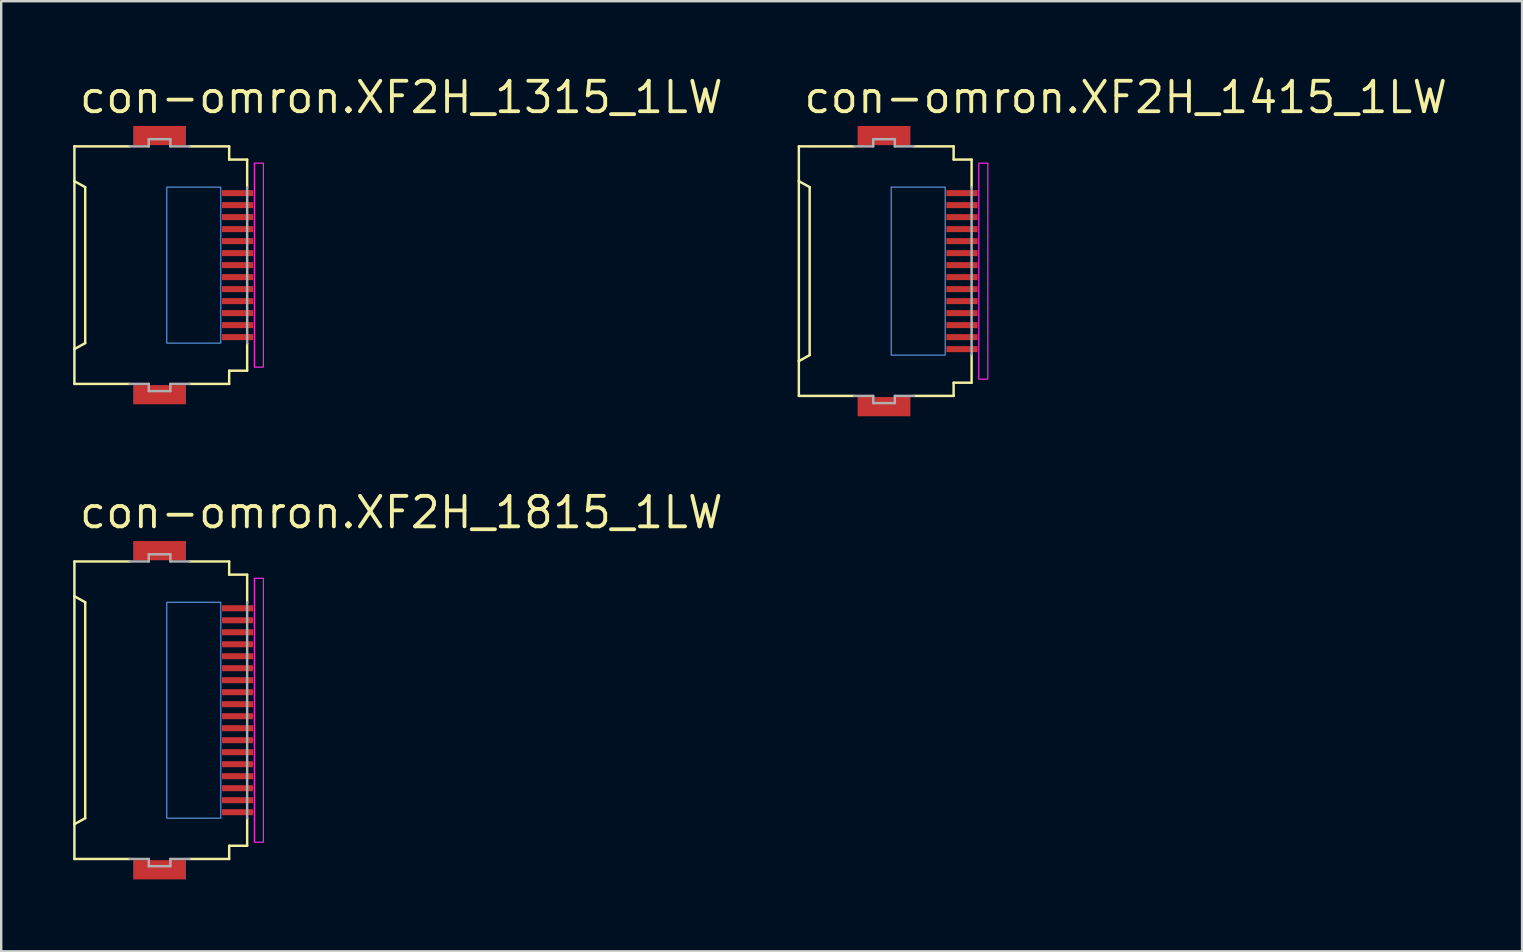
<source format=kicad_pcb>
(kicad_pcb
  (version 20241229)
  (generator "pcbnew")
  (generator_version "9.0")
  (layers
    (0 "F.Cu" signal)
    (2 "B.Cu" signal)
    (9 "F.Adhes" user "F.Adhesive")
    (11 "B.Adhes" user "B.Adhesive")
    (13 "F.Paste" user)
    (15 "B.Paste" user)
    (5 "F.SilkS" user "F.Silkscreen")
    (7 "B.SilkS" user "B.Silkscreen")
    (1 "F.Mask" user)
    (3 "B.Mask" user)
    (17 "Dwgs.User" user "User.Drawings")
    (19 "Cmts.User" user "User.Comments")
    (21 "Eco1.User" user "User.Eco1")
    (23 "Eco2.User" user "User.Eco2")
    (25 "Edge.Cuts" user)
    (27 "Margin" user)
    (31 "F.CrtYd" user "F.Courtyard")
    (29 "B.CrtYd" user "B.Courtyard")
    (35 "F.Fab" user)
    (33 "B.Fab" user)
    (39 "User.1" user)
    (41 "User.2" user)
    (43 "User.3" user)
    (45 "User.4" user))
  (footprint "con-omron.XF2H_1815_1LW"
    (layer "F.Cu")
    (at 3.676 26.55)
    (property "Reference" "con-omron.XF2H_1815_1LW" (at -3.5 -7.5 0) (layer "F.SilkS") (effects (font (size 1.27 1.27) (thickness 0.16)) (justify left bottom)))
    (attr smd)
    (fp_rect (start 2.475 -4.075) (end 3.875 -4.425) (stroke (width 0.05) (type default)) (fill yes) (layer "F.Mask"))
    (fp_rect (start 2.475 -3.575) (end 3.875 -3.925) (stroke (width 0.05) (type default)) (fill yes) (layer "F.Mask"))
    (fp_rect (start 2.475 -3.075) (end 3.875 -3.425) (stroke (width 0.05) (type default)) (fill yes) (layer "F.Mask"))
    (fp_rect (start 2.475 -2.575) (end 3.875 -2.925) (stroke (width 0.05) (type default)) (fill yes) (layer "F.Mask"))
    (fp_rect (start 2.475 -2.075) (end 3.875 -2.425) (stroke (width 0.05) (type default)) (fill yes) (layer "F.Mask"))
    (fp_rect (start 2.475 -1.575) (end 3.875 -1.925) (stroke (width 0.05) (type default)) (fill yes) (layer "F.Mask"))
    (fp_rect (start 2.475 -1.075) (end 3.875 -1.425) (stroke (width 0.05) (type default)) (fill yes) (layer "F.Mask"))
    (fp_rect (start 2.475 -0.575) (end 3.875 -0.925) (stroke (width 0.05) (type default)) (fill yes) (layer "F.Mask"))
    (fp_rect (start 2.475 -0.075) (end 3.875 -0.425) (stroke (width 0.05) (type default)) (fill yes) (layer "F.Mask"))
    (fp_rect (start 2.475 0.425) (end 3.875 0.075) (stroke (width 0.05) (type default)) (fill yes) (layer "F.Mask"))
    (fp_rect (start 2.475 0.925) (end 3.875 0.575) (stroke (width 0.05) (type default)) (fill yes) (layer "F.Mask"))
    (fp_rect (start 2.475 1.425) (end 3.875 1.075) (stroke (width 0.05) (type default)) (fill yes) (layer "F.Mask"))
    (fp_rect (start 2.475 1.925) (end 3.875 1.575) (stroke (width 0.05) (type default)) (fill yes) (layer "F.Mask"))
    (fp_rect (start 2.475 2.425) (end 3.875 2.075) (stroke (width 0.05) (type default)) (fill yes) (layer "F.Mask"))
    (fp_rect (start 2.475 2.925) (end 3.875 2.575) (stroke (width 0.05) (type default)) (fill yes) (layer "F.Mask"))
    (fp_rect (start 2.475 3.425) (end 3.875 3.075) (stroke (width 0.05) (type default)) (fill yes) (layer "F.Mask"))
    (fp_rect (start 2.475 3.925) (end 3.875 3.575) (stroke (width 0.05) (type default)) (fill yes) (layer "F.Mask"))
    (fp_rect (start 2.475 4.425) (end 3.875 4.075) (stroke (width 0.05) (type default)) (fill yes) (layer "F.Mask"))
    (fp_line (start -3.625 -6.2) (end -1.325 -6.2) (stroke (width 0.102) (type default)) (layer "F.SilkS"))
    (fp_line (start -3.625 -4.75) (end -3.625 -6.2) (stroke (width 0.102) (type default)) (layer "F.SilkS"))
    (fp_line (start -3.625 -4.75) (end -3.625 4.75) (stroke (width 0.102) (type default)) (layer "F.SilkS"))
    (fp_line (start -3.625 4.75) (end -3.175 4.5) (stroke (width 0.102) (type default)) (layer "F.SilkS"))
    (fp_line (start -3.625 6.2) (end -3.625 4.75) (stroke (width 0.102) (type default)) (layer "F.SilkS"))
    (fp_line (start -3.175 -4.5) (end -3.625 -4.75) (stroke (width 0.102) (type default)) (layer "F.SilkS"))
    (fp_line (start -3.175 4.5) (end -3.175 -4.5) (stroke (width 0.102) (type default)) (layer "F.SilkS"))
    (fp_line (start -1.325 6.2) (end -3.625 6.2) (stroke (width 0.102) (type default)) (layer "F.SilkS"))
    (fp_line (start 1.175 -6.2) (end 2.825 -6.2) (stroke (width 0.102) (type default)) (layer "F.SilkS"))
    (fp_line (start 1.175 6.2) (end 2.825 6.2) (stroke (width 0.102) (type default)) (layer "F.SilkS"))
    (fp_line (start 2.825 -6.2) (end 2.825 -5.65) (stroke (width 0.102) (type default)) (layer "F.SilkS"))
    (fp_line (start 2.825 -5.65) (end 3.575 -5.65) (stroke (width 0.102) (type default)) (layer "F.SilkS"))
    (fp_line (start 2.825 5.65) (end 2.825 6.2) (stroke (width 0.102) (type default)) (layer "F.SilkS"))
    (fp_line (start 2.825 5.65) (end 3.575 5.65) (stroke (width 0.102) (type default)) (layer "F.SilkS"))
    (fp_line (start 3.575 -5.65) (end 3.575 -4.5) (stroke (width 0.102) (type default)) (layer "F.SilkS"))
    (fp_line (start 3.575 4.5) (end 3.575 5.65) (stroke (width 0.102) (type default)) (layer "F.SilkS"))
    (fp_rect (start 0.225 4.5) (end 2.475 -4.5) (stroke (width 0.05) (type default)) (fill no) (layer "Cmts.User"))
    (fp_rect (start 3.875 5.5) (end 4.25 -5.5) (stroke (width 0.05) (type default)) (fill no) (layer "F.CrtYd"))
    (fp_line (start -1.325 -6.2) (end -0.525 -6.2) (stroke (width 0.102) (type default)) (layer "F.Fab"))
    (fp_line (start -0.525 -6.5) (end 0.375 -6.5) (stroke (width 0.102) (type default)) (layer "F.Fab"))
    (fp_line (start -0.525 -6.2) (end -0.525 -6.5) (stroke (width 0.102) (type default)) (layer "F.Fab"))
    (fp_line (start -0.525 6.2) (end -1.325 6.2) (stroke (width 0.102) (type default)) (layer "F.Fab"))
    (fp_line (start -0.525 6.5) (end -0.525 6.2) (stroke (width 0.102) (type default)) (layer "F.Fab"))
    (fp_line (start 0.375 -6.5) (end 0.375 -6.2) (stroke (width 0.102) (type default)) (layer "F.Fab"))
    (fp_line (start 0.375 -6.2) (end 1.175 -6.2) (stroke (width 0.102) (type default)) (layer "F.Fab"))
    (fp_line (start 0.375 6.2) (end 0.375 6.5) (stroke (width 0.102) (type default)) (layer "F.Fab"))
    (fp_line (start 0.375 6.5) (end -0.525 6.5) (stroke (width 0.102) (type default)) (layer "F.Fab"))
    (fp_line (start 1.175 6.2) (end 0.375 6.2) (stroke (width 0.102) (type default)) (layer "F.Fab"))
    (fp_line (start 3.575 -4.5) (end 3.575 4.5) (stroke (width 0.102) (type default)) (layer "F.Fab"))
    (pad "1" smd roundrect (at 3.175 -4.25) (size 1.3 0.25) (layers "F.Cu" "F.Mask" "F.Paste") (roundrect_rratio 0.01))
    (pad "2" smd roundrect (at 3.175 -3.75) (size 1.3 0.25) (layers "F.Cu" "F.Mask" "F.Paste") (roundrect_rratio 0.01))
    (pad "3" smd roundrect (at 3.175 -3.25) (size 1.3 0.25) (layers "F.Cu" "F.Mask" "F.Paste") (roundrect_rratio 0.01))
    (pad "4" smd roundrect (at 3.175 -2.75) (size 1.3 0.25) (layers "F.Cu" "F.Mask" "F.Paste") (roundrect_rratio 0.01))
    (pad "5" smd roundrect (at 3.175 -2.25) (size 1.3 0.25) (layers "F.Cu" "F.Mask" "F.Paste") (roundrect_rratio 0.01))
    (pad "6" smd roundrect (at 3.175 -1.75) (size 1.3 0.25) (layers "F.Cu" "F.Mask" "F.Paste") (roundrect_rratio 0.01))
    (pad "7" smd roundrect (at 3.175 -1.25) (size 1.3 0.25) (layers "F.Cu" "F.Mask" "F.Paste") (roundrect_rratio 0.01))
    (pad "8" smd roundrect (at 3.175 -0.75) (size 1.3 0.25) (layers "F.Cu" "F.Mask" "F.Paste") (roundrect_rratio 0.01))
    (pad "9" smd roundrect (at 3.175 -0.25) (size 1.3 0.25) (layers "F.Cu" "F.Mask" "F.Paste") (roundrect_rratio 0.01))
    (pad "10" smd roundrect (at 3.175 0.25) (size 1.3 0.25) (layers "F.Cu" "F.Mask" "F.Paste") (roundrect_rratio 0.01))
    (pad "11" smd roundrect (at 3.175 0.75) (size 1.3 0.25) (layers "F.Cu" "F.Mask" "F.Paste") (roundrect_rratio 0.01))
    (pad "12" smd roundrect (at 3.175 1.25) (size 1.3 0.25) (layers "F.Cu" "F.Mask" "F.Paste") (roundrect_rratio 0.01))
    (pad "13" smd roundrect (at 3.175 1.75) (size 1.3 0.25) (layers "F.Cu" "F.Mask" "F.Paste") (roundrect_rratio 0.01))
    (pad "14" smd roundrect (at 3.175 2.25) (size 1.3 0.25) (layers "F.Cu" "F.Mask" "F.Paste") (roundrect_rratio 0.01))
    (pad "15" smd roundrect (at 3.175 2.75) (size 1.3 0.25) (layers "F.Cu" "F.Mask" "F.Paste") (roundrect_rratio 0.01))
    (pad "16" smd roundrect (at 3.175 3.25) (size 1.3 0.25) (layers "F.Cu" "F.Mask" "F.Paste") (roundrect_rratio 0.01))
    (pad "17" smd roundrect (at 3.175 3.75) (size 1.3 0.25) (layers "F.Cu" "F.Mask" "F.Paste") (roundrect_rratio 0.01))
    (pad "18" smd roundrect (at 3.175 4.25) (size 1.3 0.25) (layers "F.Cu" "F.Mask" "F.Paste") (roundrect_rratio 0.01))
    (pad "M1" smd roundrect (at -0.075 -6.65) (size 2.2 0.8) (layers "F.Cu" "F.Mask" "F.Paste") (roundrect_rratio 0.01))
    (pad "M2" smd roundrect (at -0.075 6.65) (size 2.2 0.8) (layers "F.Cu" "F.Mask" "F.Paste") (roundrect_rratio 0.01)))
  (footprint "con-omron.XF2H_1315_1LW"
    (layer "F.Cu")
    (at 3.676 8)
    (property "Reference" "con-omron.XF2H_1315_1LW" (at -3.5 -6.25 0) (layer "F.SilkS") (effects (font (size 1.27 1.27) (thickness 0.16)) (justify left bottom)))
    (attr smd)
    (fp_rect (start 2.475 -2.825) (end 3.875 -3.175) (stroke (width 0.05) (type default)) (fill yes) (layer "F.Mask"))
    (fp_rect (start 2.475 -2.325) (end 3.875 -2.675) (stroke (width 0.05) (type default)) (fill yes) (layer "F.Mask"))
    (fp_rect (start 2.475 -1.825) (end 3.875 -2.175) (stroke (width 0.05) (type default)) (fill yes) (layer "F.Mask"))
    (fp_rect (start 2.475 -1.325) (end 3.875 -1.675) (stroke (width 0.05) (type default)) (fill yes) (layer "F.Mask"))
    (fp_rect (start 2.475 -0.825) (end 3.875 -1.175) (stroke (width 0.05) (type default)) (fill yes) (layer "F.Mask"))
    (fp_rect (start 2.475 -0.325) (end 3.875 -0.675) (stroke (width 0.05) (type default)) (fill yes) (layer "F.Mask"))
    (fp_rect (start 2.475 0.175) (end 3.875 -0.175) (stroke (width 0.05) (type default)) (fill yes) (layer "F.Mask"))
    (fp_rect (start 2.475 0.675) (end 3.875 0.325) (stroke (width 0.05) (type default)) (fill yes) (layer "F.Mask"))
    (fp_rect (start 2.475 1.175) (end 3.875 0.825) (stroke (width 0.05) (type default)) (fill yes) (layer "F.Mask"))
    (fp_rect (start 2.475 1.675) (end 3.875 1.325) (stroke (width 0.05) (type default)) (fill yes) (layer "F.Mask"))
    (fp_rect (start 2.475 2.175) (end 3.875 1.825) (stroke (width 0.05) (type default)) (fill yes) (layer "F.Mask"))
    (fp_rect (start 2.475 2.675) (end 3.875 2.325) (stroke (width 0.05) (type default)) (fill yes) (layer "F.Mask"))
    (fp_rect (start 2.475 3.175) (end 3.875 2.825) (stroke (width 0.05) (type default)) (fill yes) (layer "F.Mask"))
    (fp_line (start -3.625 -4.95) (end -1.325 -4.95) (stroke (width 0.102) (type default)) (layer "F.SilkS"))
    (fp_line (start -3.625 -3.5) (end -3.625 -4.95) (stroke (width 0.102) (type default)) (layer "F.SilkS"))
    (fp_line (start -3.625 -3.5) (end -3.625 3.5) (stroke (width 0.102) (type default)) (layer "F.SilkS"))
    (fp_line (start -3.625 3.5) (end -3.175 3.25) (stroke (width 0.102) (type default)) (layer "F.SilkS"))
    (fp_line (start -3.625 4.95) (end -3.625 3.5) (stroke (width 0.102) (type default)) (layer "F.SilkS"))
    (fp_line (start -3.175 -3.25) (end -3.625 -3.5) (stroke (width 0.102) (type default)) (layer "F.SilkS"))
    (fp_line (start -3.175 3.25) (end -3.175 -3.25) (stroke (width 0.102) (type default)) (layer "F.SilkS"))
    (fp_line (start -1.325 4.95) (end -3.625 4.95) (stroke (width 0.102) (type default)) (layer "F.SilkS"))
    (fp_line (start 1.175 -4.95) (end 2.825 -4.95) (stroke (width 0.102) (type default)) (layer "F.SilkS"))
    (fp_line (start 1.175 4.95) (end 2.825 4.95) (stroke (width 0.102) (type default)) (layer "F.SilkS"))
    (fp_line (start 2.825 -4.95) (end 2.825 -4.4) (stroke (width 0.102) (type default)) (layer "F.SilkS"))
    (fp_line (start 2.825 -4.4) (end 3.575 -4.4) (stroke (width 0.102) (type default)) (layer "F.SilkS"))
    (fp_line (start 2.825 4.4) (end 2.825 4.95) (stroke (width 0.102) (type default)) (layer "F.SilkS"))
    (fp_line (start 2.825 4.4) (end 3.575 4.4) (stroke (width 0.102) (type default)) (layer "F.SilkS"))
    (fp_line (start 3.575 -4.4) (end 3.575 -3.25) (stroke (width 0.102) (type default)) (layer "F.SilkS"))
    (fp_line (start 3.575 3.25) (end 3.575 4.4) (stroke (width 0.102) (type default)) (layer "F.SilkS"))
    (fp_rect (start 0.225 3.25) (end 2.475 -3.25) (stroke (width 0.05) (type default)) (fill no) (layer "Cmts.User"))
    (fp_rect (start 3.875 4.25) (end 4.25 -4.25) (stroke (width 0.05) (type default)) (fill no) (layer "F.CrtYd"))
    (fp_line (start -1.325 -4.95) (end -0.525 -4.95) (stroke (width 0.102) (type default)) (layer "F.Fab"))
    (fp_line (start -0.525 -5.25) (end 0.375 -5.25) (stroke (width 0.102) (type default)) (layer "F.Fab"))
    (fp_line (start -0.525 -4.95) (end -0.525 -5.25) (stroke (width 0.102) (type default)) (layer "F.Fab"))
    (fp_line (start -0.525 4.95) (end -1.325 4.95) (stroke (width 0.102) (type default)) (layer "F.Fab"))
    (fp_line (start -0.525 5.25) (end -0.525 4.95) (stroke (width 0.102) (type default)) (layer "F.Fab"))
    (fp_line (start 0.375 -5.25) (end 0.375 -4.95) (stroke (width 0.102) (type default)) (layer "F.Fab"))
    (fp_line (start 0.375 -4.95) (end 1.175 -4.95) (stroke (width 0.102) (type default)) (layer "F.Fab"))
    (fp_line (start 0.375 4.95) (end 0.375 5.25) (stroke (width 0.102) (type default)) (layer "F.Fab"))
    (fp_line (start 0.375 5.25) (end -0.525 5.25) (stroke (width 0.102) (type default)) (layer "F.Fab"))
    (fp_line (start 1.175 4.95) (end 0.375 4.95) (stroke (width 0.102) (type default)) (layer "F.Fab"))
    (fp_line (start 3.575 -3.25) (end 3.575 3.25) (stroke (width 0.102) (type default)) (layer "F.Fab"))
    (pad "1" smd roundrect (at 3.175 -3) (size 1.3 0.25) (layers "F.Cu" "F.Mask" "F.Paste") (roundrect_rratio 0.01))
    (pad "2" smd roundrect (at 3.175 -2.5) (size 1.3 0.25) (layers "F.Cu" "F.Mask" "F.Paste") (roundrect_rratio 0.01))
    (pad "3" smd roundrect (at 3.175 -2) (size 1.3 0.25) (layers "F.Cu" "F.Mask" "F.Paste") (roundrect_rratio 0.01))
    (pad "4" smd roundrect (at 3.175 -1.5) (size 1.3 0.25) (layers "F.Cu" "F.Mask" "F.Paste") (roundrect_rratio 0.01))
    (pad "5" smd roundrect (at 3.175 -1) (size 1.3 0.25) (layers "F.Cu" "F.Mask" "F.Paste") (roundrect_rratio 0.01))
    (pad "6" smd roundrect (at 3.175 -0.5) (size 1.3 0.25) (layers "F.Cu" "F.Mask" "F.Paste") (roundrect_rratio 0.01))
    (pad "7" smd roundrect (at 3.175 0) (size 1.3 0.25) (layers "F.Cu" "F.Mask" "F.Paste") (roundrect_rratio 0.01))
    (pad "8" smd roundrect (at 3.175 0.5) (size 1.3 0.25) (layers "F.Cu" "F.Mask" "F.Paste") (roundrect_rratio 0.01))
    (pad "9" smd roundrect (at 3.175 1) (size 1.3 0.25) (layers "F.Cu" "F.Mask" "F.Paste") (roundrect_rratio 0.01))
    (pad "10" smd roundrect (at 3.175 1.5) (size 1.3 0.25) (layers "F.Cu" "F.Mask" "F.Paste") (roundrect_rratio 0.01))
    (pad "11" smd roundrect (at 3.175 2) (size 1.3 0.25) (layers "F.Cu" "F.Mask" "F.Paste") (roundrect_rratio 0.01))
    (pad "12" smd roundrect (at 3.175 2.5) (size 1.3 0.25) (layers "F.Cu" "F.Mask" "F.Paste") (roundrect_rratio 0.01))
    (pad "13" smd roundrect (at 3.175 3) (size 1.3 0.25) (layers "F.Cu" "F.Mask" "F.Paste") (roundrect_rratio 0.01))
    (pad "M1" smd roundrect (at -0.075 -5.4) (size 2.2 0.8) (layers "F.Cu" "F.Mask" "F.Paste") (roundrect_rratio 0.01))
    (pad "M2" smd roundrect (at -0.075 5.4) (size 2.2 0.8) (layers "F.Cu" "F.Mask" "F.Paste") (roundrect_rratio 0.01)))
  (footprint "con-omron.XF2H_1415_1LW"
    (layer "F.Cu")
    (at 33.869 8.25)
    (property "Reference" "con-omron.XF2H_1415_1LW" (at -3.5 -6.5 0) (layer "F.SilkS") (effects (font (size 1.27 1.27) (thickness 0.16)) (justify left bottom)))
    (attr smd)
    (fp_rect (start 2.475 -3.075) (end 3.875 -3.425) (stroke (width 0.05) (type default)) (fill yes) (layer "F.Mask"))
    (fp_rect (start 2.475 -2.575) (end 3.875 -2.925) (stroke (width 0.05) (type default)) (fill yes) (layer "F.Mask"))
    (fp_rect (start 2.475 -2.075) (end 3.875 -2.425) (stroke (width 0.05) (type default)) (fill yes) (layer "F.Mask"))
    (fp_rect (start 2.475 -1.575) (end 3.875 -1.925) (stroke (width 0.05) (type default)) (fill yes) (layer "F.Mask"))
    (fp_rect (start 2.475 -1.075) (end 3.875 -1.425) (stroke (width 0.05) (type default)) (fill yes) (layer "F.Mask"))
    (fp_rect (start 2.475 -0.575) (end 3.875 -0.925) (stroke (width 0.05) (type default)) (fill yes) (layer "F.Mask"))
    (fp_rect (start 2.475 -0.075) (end 3.875 -0.425) (stroke (width 0.05) (type default)) (fill yes) (layer "F.Mask"))
    (fp_rect (start 2.475 0.425) (end 3.875 0.075) (stroke (width 0.05) (type default)) (fill yes) (layer "F.Mask"))
    (fp_rect (start 2.475 0.925) (end 3.875 0.575) (stroke (width 0.05) (type default)) (fill yes) (layer "F.Mask"))
    (fp_rect (start 2.475 1.425) (end 3.875 1.075) (stroke (width 0.05) (type default)) (fill yes) (layer "F.Mask"))
    (fp_rect (start 2.475 1.925) (end 3.875 1.575) (stroke (width 0.05) (type default)) (fill yes) (layer "F.Mask"))
    (fp_rect (start 2.475 2.425) (end 3.875 2.075) (stroke (width 0.05) (type default)) (fill yes) (layer "F.Mask"))
    (fp_rect (start 2.475 2.925) (end 3.875 2.575) (stroke (width 0.05) (type default)) (fill yes) (layer "F.Mask"))
    (fp_rect (start 2.475 3.425) (end 3.875 3.075) (stroke (width 0.05) (type default)) (fill yes) (layer "F.Mask"))
    (fp_line (start -3.625 -5.2) (end -1.325 -5.2) (stroke (width 0.102) (type default)) (layer "F.SilkS"))
    (fp_line (start -3.625 -3.75) (end -3.625 -5.2) (stroke (width 0.102) (type default)) (layer "F.SilkS"))
    (fp_line (start -3.625 -3.75) (end -3.625 3.75) (stroke (width 0.102) (type default)) (layer "F.SilkS"))
    (fp_line (start -3.625 3.75) (end -3.175 3.5) (stroke (width 0.102) (type default)) (layer "F.SilkS"))
    (fp_line (start -3.625 5.2) (end -3.625 3.75) (stroke (width 0.102) (type default)) (layer "F.SilkS"))
    (fp_line (start -3.175 -3.5) (end -3.625 -3.75) (stroke (width 0.102) (type default)) (layer "F.SilkS"))
    (fp_line (start -3.175 3.5) (end -3.175 -3.5) (stroke (width 0.102) (type default)) (layer "F.SilkS"))
    (fp_line (start -1.325 5.2) (end -3.625 5.2) (stroke (width 0.102) (type default)) (layer "F.SilkS"))
    (fp_line (start 1.175 -5.2) (end 2.825 -5.2) (stroke (width 0.102) (type default)) (layer "F.SilkS"))
    (fp_line (start 1.175 5.2) (end 2.825 5.2) (stroke (width 0.102) (type default)) (layer "F.SilkS"))
    (fp_line (start 2.825 -5.2) (end 2.825 -4.65) (stroke (width 0.102) (type default)) (layer "F.SilkS"))
    (fp_line (start 2.825 -4.65) (end 3.575 -4.65) (stroke (width 0.102) (type default)) (layer "F.SilkS"))
    (fp_line (start 2.825 4.65) (end 2.825 5.2) (stroke (width 0.102) (type default)) (layer "F.SilkS"))
    (fp_line (start 2.825 4.65) (end 3.575 4.65) (stroke (width 0.102) (type default)) (layer "F.SilkS"))
    (fp_line (start 3.575 -4.65) (end 3.575 -3.5) (stroke (width 0.102) (type default)) (layer "F.SilkS"))
    (fp_line (start 3.575 3.5) (end 3.575 4.65) (stroke (width 0.102) (type default)) (layer "F.SilkS"))
    (fp_rect (start 0.225 3.5) (end 2.475 -3.5) (stroke (width 0.05) (type default)) (fill no) (layer "Cmts.User"))
    (fp_rect (start 3.875 4.5) (end 4.25 -4.5) (stroke (width 0.05) (type default)) (fill no) (layer "F.CrtYd"))
    (fp_line (start -1.325 -5.2) (end -0.525 -5.2) (stroke (width 0.102) (type default)) (layer "F.Fab"))
    (fp_line (start -0.525 -5.5) (end 0.375 -5.5) (stroke (width 0.102) (type default)) (layer "F.Fab"))
    (fp_line (start -0.525 -5.2) (end -0.525 -5.5) (stroke (width 0.102) (type default)) (layer "F.Fab"))
    (fp_line (start -0.525 5.2) (end -1.325 5.2) (stroke (width 0.102) (type default)) (layer "F.Fab"))
    (fp_line (start -0.525 5.5) (end -0.525 5.2) (stroke (width 0.102) (type default)) (layer "F.Fab"))
    (fp_line (start 0.375 -5.5) (end 0.375 -5.2) (stroke (width 0.102) (type default)) (layer "F.Fab"))
    (fp_line (start 0.375 -5.2) (end 1.175 -5.2) (stroke (width 0.102) (type default)) (layer "F.Fab"))
    (fp_line (start 0.375 5.2) (end 0.375 5.5) (stroke (width 0.102) (type default)) (layer "F.Fab"))
    (fp_line (start 0.375 5.5) (end -0.525 5.5) (stroke (width 0.102) (type default)) (layer "F.Fab"))
    (fp_line (start 1.175 5.2) (end 0.375 5.2) (stroke (width 0.102) (type default)) (layer "F.Fab"))
    (fp_line (start 3.575 -3.5) (end 3.575 3.5) (stroke (width 0.102) (type default)) (layer "F.Fab"))
    (pad "1" smd roundrect (at 3.175 -3.25) (size 1.3 0.25) (layers "F.Cu" "F.Mask" "F.Paste") (roundrect_rratio 0.01))
    (pad "2" smd roundrect (at 3.175 -2.75) (size 1.3 0.25) (layers "F.Cu" "F.Mask" "F.Paste") (roundrect_rratio 0.01))
    (pad "3" smd roundrect (at 3.175 -2.25) (size 1.3 0.25) (layers "F.Cu" "F.Mask" "F.Paste") (roundrect_rratio 0.01))
    (pad "4" smd roundrect (at 3.175 -1.75) (size 1.3 0.25) (layers "F.Cu" "F.Mask" "F.Paste") (roundrect_rratio 0.01))
    (pad "5" smd roundrect (at 3.175 -1.25) (size 1.3 0.25) (layers "F.Cu" "F.Mask" "F.Paste") (roundrect_rratio 0.01))
    (pad "6" smd roundrect (at 3.175 -0.75) (size 1.3 0.25) (layers "F.Cu" "F.Mask" "F.Paste") (roundrect_rratio 0.01))
    (pad "7" smd roundrect (at 3.175 -0.25) (size 1.3 0.25) (layers "F.Cu" "F.Mask" "F.Paste") (roundrect_rratio 0.01))
    (pad "8" smd roundrect (at 3.175 0.25) (size 1.3 0.25) (layers "F.Cu" "F.Mask" "F.Paste") (roundrect_rratio 0.01))
    (pad "9" smd roundrect (at 3.175 0.75) (size 1.3 0.25) (layers "F.Cu" "F.Mask" "F.Paste") (roundrect_rratio 0.01))
    (pad "10" smd roundrect (at 3.175 1.25) (size 1.3 0.25) (layers "F.Cu" "F.Mask" "F.Paste") (roundrect_rratio 0.01))
    (pad "11" smd roundrect (at 3.175 1.75) (size 1.3 0.25) (layers "F.Cu" "F.Mask" "F.Paste") (roundrect_rratio 0.01))
    (pad "12" smd roundrect (at 3.175 2.25) (size 1.3 0.25) (layers "F.Cu" "F.Mask" "F.Paste") (roundrect_rratio 0.01))
    (pad "13" smd roundrect (at 3.175 2.75) (size 1.3 0.25) (layers "F.Cu" "F.Mask" "F.Paste") (roundrect_rratio 0.01))
    (pad "14" smd roundrect (at 3.175 3.25) (size 1.3 0.25) (layers "F.Cu" "F.Mask" "F.Paste") (roundrect_rratio 0.01))
    (pad "M1" smd roundrect (at -0.075 -5.65) (size 2.2 0.8) (layers "F.Cu" "F.Mask" "F.Paste") (roundrect_rratio 0.01))
    (pad "M2" smd roundrect (at -0.075 5.65) (size 2.2 0.8) (layers "F.Cu" "F.Mask" "F.Paste") (roundrect_rratio 0.01)))
  (gr_rect
    (start -3 -3)
    (end 60.386 36.6)
    (stroke (width 0.1) (type default))
    (fill no)
    (layer "Edge.Cuts")))
</source>
